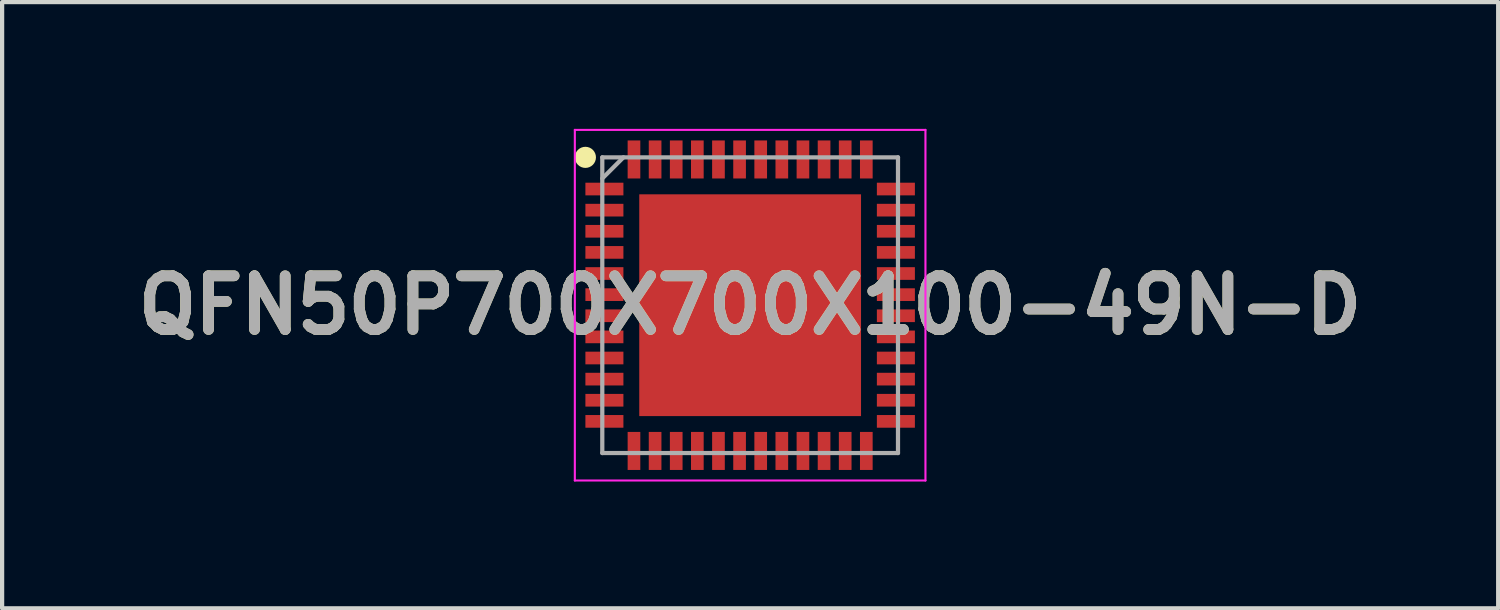
<source format=kicad_pcb>
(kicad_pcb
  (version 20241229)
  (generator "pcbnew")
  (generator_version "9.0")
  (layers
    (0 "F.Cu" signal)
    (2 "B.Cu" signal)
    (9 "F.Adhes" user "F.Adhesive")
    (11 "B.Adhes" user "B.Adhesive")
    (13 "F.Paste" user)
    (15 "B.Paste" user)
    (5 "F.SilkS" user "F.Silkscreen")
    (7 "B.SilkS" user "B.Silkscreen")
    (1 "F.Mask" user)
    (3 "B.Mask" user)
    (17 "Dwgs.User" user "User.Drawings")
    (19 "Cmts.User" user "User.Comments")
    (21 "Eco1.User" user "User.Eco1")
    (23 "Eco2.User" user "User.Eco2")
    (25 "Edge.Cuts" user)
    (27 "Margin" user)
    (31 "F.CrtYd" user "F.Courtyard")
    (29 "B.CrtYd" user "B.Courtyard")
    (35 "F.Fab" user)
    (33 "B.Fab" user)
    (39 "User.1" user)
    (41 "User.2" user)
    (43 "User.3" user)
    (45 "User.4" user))
  (footprint "QFN50P700X700X100-49N-D"
    (layer "F.Cu")
    (at 14.708 4.175)
    (property "Reference" "QFN50P700X700X100-49N-D" (at 0 0 0) (layer "F.SilkS") (effects (font (size 1.27 1.27) (thickness 0.254))))
    (attr smd)
    (fp_circle (center -3.9 -3.5) (end -3.9 -3.375) (stroke (width 0.25) (type solid)) (fill no) (layer "F.SilkS"))
    (fp_line (start -4.15 -4.15) (end 4.15 -4.15) (stroke (width 0.05) (type solid)) (layer "F.CrtYd"))
    (fp_line (start -4.15 4.15) (end -4.15 -4.15) (stroke (width 0.05) (type solid)) (layer "F.CrtYd"))
    (fp_line (start 4.15 -4.15) (end 4.15 4.15) (stroke (width 0.05) (type solid)) (layer "F.CrtYd"))
    (fp_line (start 4.15 4.15) (end -4.15 4.15) (stroke (width 0.05) (type solid)) (layer "F.CrtYd"))
    (fp_line (start -3.5 -3.5) (end 3.5 -3.5) (stroke (width 0.1) (type solid)) (layer "F.Fab"))
    (fp_line (start -3.5 -3) (end -3 -3.5) (stroke (width 0.1) (type solid)) (layer "F.Fab"))
    (fp_line (start -3.5 3.5) (end -3.5 -3.5) (stroke (width 0.1) (type solid)) (layer "F.Fab"))
    (fp_line (start 3.5 -3.5) (end 3.5 3.5) (stroke (width 0.1) (type solid)) (layer "F.Fab"))
    (fp_line (start 3.5 3.5) (end -3.5 3.5) (stroke (width 0.1) (type solid)) (layer "F.Fab"))
    (fp_text user "${REFERENCE}" (at 0 0 0) (layer "F.Fab") (effects (font (size 1.27 1.27) (thickness 0.254))))
    (pad "1" smd rect (at -3.45 -2.75 90) (size 0.3 0.9) (layers "F.Cu" "F.Mask" "F.Paste"))
    (pad "2" smd rect (at -3.45 -2.25 90) (size 0.3 0.9) (layers "F.Cu" "F.Mask" "F.Paste"))
    (pad "3" smd rect (at -3.45 -1.75 90) (size 0.3 0.9) (layers "F.Cu" "F.Mask" "F.Paste"))
    (pad "4" smd rect (at -3.45 -1.25 90) (size 0.3 0.9) (layers "F.Cu" "F.Mask" "F.Paste"))
    (pad "5" smd rect (at -3.45 -0.75 90) (size 0.3 0.9) (layers "F.Cu" "F.Mask" "F.Paste"))
    (pad "6" smd rect (at -3.45 -0.25 90) (size 0.3 0.9) (layers "F.Cu" "F.Mask" "F.Paste"))
    (pad "7" smd rect (at -3.45 0.25 90) (size 0.3 0.9) (layers "F.Cu" "F.Mask" "F.Paste"))
    (pad "8" smd rect (at -3.45 0.75 90) (size 0.3 0.9) (layers "F.Cu" "F.Mask" "F.Paste"))
    (pad "9" smd rect (at -3.45 1.25 90) (size 0.3 0.9) (layers "F.Cu" "F.Mask" "F.Paste"))
    (pad "10" smd rect (at -3.45 1.75 90) (size 0.3 0.9) (layers "F.Cu" "F.Mask" "F.Paste"))
    (pad "11" smd rect (at -3.45 2.25 90) (size 0.3 0.9) (layers "F.Cu" "F.Mask" "F.Paste"))
    (pad "12" smd rect (at -3.45 2.75 90) (size 0.3 0.9) (layers "F.Cu" "F.Mask" "F.Paste"))
    (pad "13" smd rect (at -2.75 3.45) (size 0.3 0.9) (layers "F.Cu" "F.Mask" "F.Paste"))
    (pad "14" smd rect (at -2.25 3.45) (size 0.3 0.9) (layers "F.Cu" "F.Mask" "F.Paste"))
    (pad "15" smd rect (at -1.75 3.45) (size 0.3 0.9) (layers "F.Cu" "F.Mask" "F.Paste"))
    (pad "16" smd rect (at -1.25 3.45) (size 0.3 0.9) (layers "F.Cu" "F.Mask" "F.Paste"))
    (pad "17" smd rect (at -0.75 3.45) (size 0.3 0.9) (layers "F.Cu" "F.Mask" "F.Paste"))
    (pad "18" smd rect (at -0.25 3.45) (size 0.3 0.9) (layers "F.Cu" "F.Mask" "F.Paste"))
    (pad "19" smd rect (at 0.25 3.45) (size 0.3 0.9) (layers "F.Cu" "F.Mask" "F.Paste"))
    (pad "20" smd rect (at 0.75 3.45) (size 0.3 0.9) (layers "F.Cu" "F.Mask" "F.Paste"))
    (pad "21" smd rect (at 1.25 3.45) (size 0.3 0.9) (layers "F.Cu" "F.Mask" "F.Paste"))
    (pad "22" smd rect (at 1.75 3.45) (size 0.3 0.9) (layers "F.Cu" "F.Mask" "F.Paste"))
    (pad "23" smd rect (at 2.25 3.45) (size 0.3 0.9) (layers "F.Cu" "F.Mask" "F.Paste"))
    (pad "24" smd rect (at 2.75 3.45) (size 0.3 0.9) (layers "F.Cu" "F.Mask" "F.Paste"))
    (pad "25" smd rect (at 3.45 2.75 90) (size 0.3 0.9) (layers "F.Cu" "F.Mask" "F.Paste"))
    (pad "26" smd rect (at 3.45 2.25 90) (size 0.3 0.9) (layers "F.Cu" "F.Mask" "F.Paste"))
    (pad "27" smd rect (at 3.45 1.75 90) (size 0.3 0.9) (layers "F.Cu" "F.Mask" "F.Paste"))
    (pad "28" smd rect (at 3.45 1.25 90) (size 0.3 0.9) (layers "F.Cu" "F.Mask" "F.Paste"))
    (pad "29" smd rect (at 3.45 0.75 90) (size 0.3 0.9) (layers "F.Cu" "F.Mask" "F.Paste"))
    (pad "30" smd rect (at 3.45 0.25 90) (size 0.3 0.9) (layers "F.Cu" "F.Mask" "F.Paste"))
    (pad "31" smd rect (at 3.45 -0.25 90) (size 0.3 0.9) (layers "F.Cu" "F.Mask" "F.Paste"))
    (pad "32" smd rect (at 3.45 -0.75 90) (size 0.3 0.9) (layers "F.Cu" "F.Mask" "F.Paste"))
    (pad "33" smd rect (at 3.45 -1.25 90) (size 0.3 0.9) (layers "F.Cu" "F.Mask" "F.Paste"))
    (pad "34" smd rect (at 3.45 -1.75 90) (size 0.3 0.9) (layers "F.Cu" "F.Mask" "F.Paste"))
    (pad "35" smd rect (at 3.45 -2.25 90) (size 0.3 0.9) (layers "F.Cu" "F.Mask" "F.Paste"))
    (pad "36" smd rect (at 3.45 -2.75 90) (size 0.3 0.9) (layers "F.Cu" "F.Mask" "F.Paste"))
    (pad "37" smd rect (at 2.75 -3.45) (size 0.3 0.9) (layers "F.Cu" "F.Mask" "F.Paste"))
    (pad "38" smd rect (at 2.25 -3.45) (size 0.3 0.9) (layers "F.Cu" "F.Mask" "F.Paste"))
    (pad "39" smd rect (at 1.75 -3.45) (size 0.3 0.9) (layers "F.Cu" "F.Mask" "F.Paste"))
    (pad "40" smd rect (at 1.25 -3.45) (size 0.3 0.9) (layers "F.Cu" "F.Mask" "F.Paste"))
    (pad "41" smd rect (at 0.75 -3.45) (size 0.3 0.9) (layers "F.Cu" "F.Mask" "F.Paste"))
    (pad "42" smd rect (at 0.25 -3.45) (size 0.3 0.9) (layers "F.Cu" "F.Mask" "F.Paste"))
    (pad "43" smd rect (at -0.25 -3.45) (size 0.3 0.9) (layers "F.Cu" "F.Mask" "F.Paste"))
    (pad "44" smd rect (at -0.75 -3.45) (size 0.3 0.9) (layers "F.Cu" "F.Mask" "F.Paste"))
    (pad "45" smd rect (at -1.25 -3.45) (size 0.3 0.9) (layers "F.Cu" "F.Mask" "F.Paste"))
    (pad "46" smd rect (at -1.75 -3.45) (size 0.3 0.9) (layers "F.Cu" "F.Mask" "F.Paste"))
    (pad "47" smd rect (at -2.25 -3.45) (size 0.3 0.9) (layers "F.Cu" "F.Mask" "F.Paste"))
    (pad "48" smd rect (at -2.75 -3.45) (size 0.3 0.9) (layers "F.Cu" "F.Mask" "F.Paste"))
    (pad "49" smd rect (at 0 0) (size 5.25 5.25) (layers "F.Cu" "F.Mask" "F.Paste")))
  (gr_rect
    (start -3 -3)
    (end 32.416 11.35)
    (stroke (width 0.1) (type default))
    (fill no)
    (layer "Edge.Cuts")))
</source>
